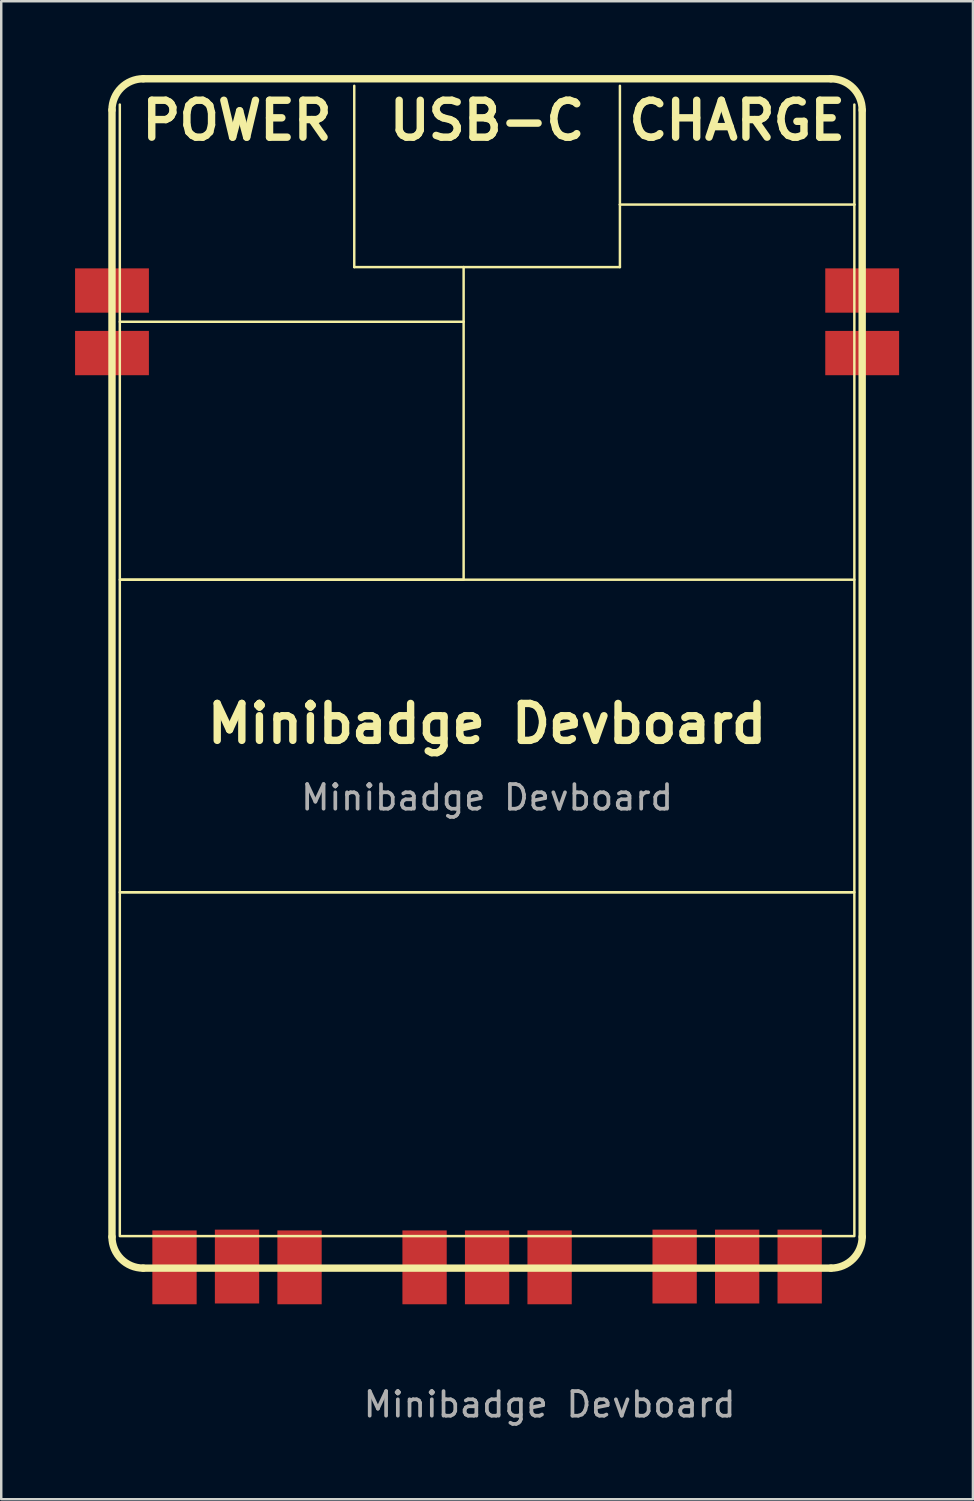
<source format=kicad_pcb>
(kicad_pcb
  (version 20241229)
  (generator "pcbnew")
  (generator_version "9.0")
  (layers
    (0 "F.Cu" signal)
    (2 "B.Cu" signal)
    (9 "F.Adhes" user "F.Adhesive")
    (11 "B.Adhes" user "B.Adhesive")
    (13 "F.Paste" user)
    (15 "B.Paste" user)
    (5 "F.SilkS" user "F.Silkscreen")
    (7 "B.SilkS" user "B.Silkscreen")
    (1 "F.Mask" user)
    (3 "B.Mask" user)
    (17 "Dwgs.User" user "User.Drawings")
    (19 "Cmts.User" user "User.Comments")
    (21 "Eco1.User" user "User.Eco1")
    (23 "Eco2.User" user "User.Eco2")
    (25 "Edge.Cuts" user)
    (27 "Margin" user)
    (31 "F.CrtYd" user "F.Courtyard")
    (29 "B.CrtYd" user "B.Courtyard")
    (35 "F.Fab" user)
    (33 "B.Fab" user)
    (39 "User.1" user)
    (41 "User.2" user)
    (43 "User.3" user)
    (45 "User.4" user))
  (footprint "Minibadge Devboard"
    (layer "F.Cu")
    (at 16.74 26.852)
    (property "Reference" "Minibadge Devboard" (at 0 -0.5 0) (unlocked yes) (layer "F.SilkS") (effects (font (size 1.5 1.5) (thickness 0.3))))
    (attr smd)
    (fp_line (start -15.24 20.352) (end -15.24 -25.432) (stroke (width 0.3) (type default)) (layer "F.SilkS"))
    (fp_line (start -14.922 -16.828) (end -14.922 -25.654) (stroke (width 0.1) (type default)) (layer "F.SilkS"))
    (fp_line (start -13.97 -26.702) (end 13.97 -26.702) (stroke (width 0.3) (type default)) (layer "F.SilkS"))
    (fp_line (start -5.397 -26.416) (end -5.397 -19.05) (stroke (width 0.1) (type default)) (layer "F.SilkS"))
    (fp_line (start -5.397 -19.05) (end -0.953 -19.05) (stroke (width 0.1) (type default)) (layer "F.SilkS"))
    (fp_line (start -0.953 -16.828) (end -0.953 -19.05) (stroke (width 0.1) (type default)) (layer "F.SilkS"))
    (fp_line (start 5.397 -26.416) (end 5.397 -21.59) (stroke (width 0.1) (type default)) (layer "F.SilkS"))
    (fp_line (start 5.397 -21.59) (end 5.397 -19.05) (stroke (width 0.1) (type default)) (layer "F.SilkS"))
    (fp_line (start 5.397 -19.05) (end -0.953 -19.05) (stroke (width 0.1) (type default)) (layer "F.SilkS"))
    (fp_line (start 13.97 21.622) (end -13.97 21.622) (stroke (width 0.3) (type default)) (layer "F.SilkS"))
    (fp_line (start 14.922 -21.59) (end 5.397 -21.59) (stroke (width 0.1) (type default)) (layer "F.SilkS"))
    (fp_line (start 14.922 -21.59) (end 14.922 -25.654) (stroke (width 0.1) (type default)) (layer "F.SilkS"))
    (fp_line (start 14.922 -6.35) (end 14.922 -21.59) (stroke (width 0.1) (type default)) (layer "F.SilkS"))
    (fp_line (start 15.24 -25.432) (end 15.24 20.352) (stroke (width 0.3) (type default)) (layer "F.SilkS"))
    (fp_rect (start -14.922 -16.828) (end -0.953 -6.35) (stroke (width 0.1) (type default)) (fill no) (layer "F.SilkS"))
    (fp_rect (start -14.922 -6.35) (end 14.922 6.35) (stroke (width 0.1) (type default)) (fill no) (layer "F.SilkS"))
    (fp_rect (start -14.922 6.35) (end 14.922 20.32) (stroke (width 0.1) (type default)) (fill no) (layer "F.SilkS"))
    (fp_arc (start -15.24 -25.43175) (mid -14.868026 -26.329776) (end -13.97 -26.70175) (stroke (width 0.3) (type default)) (layer "F.SilkS"))
    (fp_arc (start -13.97 21.62175) (mid -14.868026 21.249776) (end -15.24 20.35175) (stroke (width 0.3) (type default)) (layer "F.SilkS"))
    (fp_arc (start 13.97 -26.70175) (mid 14.868026 -26.329776) (end 15.24 -25.43175) (stroke (width 0.3) (type default)) (layer "F.SilkS"))
    (fp_arc (start 15.24 20.35175) (mid 14.868026 21.249776) (end 13.97 21.62175) (stroke (width 0.3) (type default)) (layer "F.SilkS"))
    (fp_text user "POWER" (at -10.16 -24.13 0) (unlocked yes) (layer "F.SilkS") (effects (font (size 1.5 1.5) (thickness 0.3) (bold yes)) (justify bottom)))
    (fp_text user "USB-C" (at 0 -24.13 0) (unlocked yes) (layer "F.SilkS") (effects (font (size 1.5 1.5) (thickness 0.3) (bold yes)) (justify bottom)))
    (fp_text user "CHARGE" (at 10.16 -24.13 0) (unlocked yes) (layer "F.SilkS") (effects (font (size 1.5 1.5) (thickness 0.3) (bold yes)) (justify bottom)))
    (fp_text user "${REFERENCE}" (at 2.54 27.162 0) (unlocked yes) (layer "F.Fab") (effects (font (size 1 1) (thickness 0.15))))
    (fp_text user "${REFERENCE}" (at 0 2.5 0) (unlocked yes) (layer "F.Fab") (effects (font (size 1 1) (thickness 0.15))))
    (pad "1" smd rect (at -12.7 21.59 180) (size 1.8 3) (property pad_prop_testpoint) (layers "F.Cu" "F.Mask"))
    (pad "2" smd rect (at -10.16 21.558 180) (size 1.8 3) (property pad_prop_testpoint) (layers "F.Cu" "F.Mask"))
    (pad "3" smd rect (at -7.62 21.59 180) (size 1.8 3) (property pad_prop_testpoint) (layers "F.Cu" "F.Mask"))
    (pad "4" smd rect (at -2.54 21.59 180) (size 1.8 3) (property pad_prop_testpoint) (layers "F.Cu" "F.Mask"))
    (pad "5" smd rect (at 0 21.59 180) (size 1.8 3) (property pad_prop_testpoint) (layers "F.Cu" "F.Mask"))
    (pad "6" smd rect (at 2.54 21.59 180) (size 1.8 3) (property pad_prop_testpoint) (layers "F.Cu" "F.Mask"))
    (pad "7" smd rect (at 7.62 21.558 180) (size 1.8 3) (property pad_prop_testpoint) (layers "F.Cu" "F.Mask"))
    (pad "8" smd rect (at 10.16 21.558 180) (size 1.8 3) (property pad_prop_testpoint) (layers "F.Cu" "F.Mask"))
    (pad "9" smd rect (at 12.7 21.558 180) (size 1.8 3) (property pad_prop_testpoint) (layers "F.Cu" "F.Mask"))
    (pad "10" smd rect (at -15.24 -18.098 90) (size 1.8 3) (property pad_prop_testpoint) (layers "F.Cu" "F.Mask"))
    (pad "11" smd rect (at -15.24 -15.557 90) (size 1.8 3) (property pad_prop_testpoint) (layers "F.Cu" "F.Mask"))
    (pad "12" smd rect (at 15.24 -18.098 90) (size 1.8 3) (property pad_prop_testpoint) (layers "F.Cu" "F.Mask"))
    (pad "13" smd rect (at 15.24 -15.557 90) (size 1.8 3) (property pad_prop_testpoint) (layers "F.Cu" "F.Mask")))
  (gr_rect
    (start -3 -3)
    (end 36.48 57.862)
    (stroke (width 0.1) (type default))
    (fill no)
    (layer "Edge.Cuts")))
</source>
